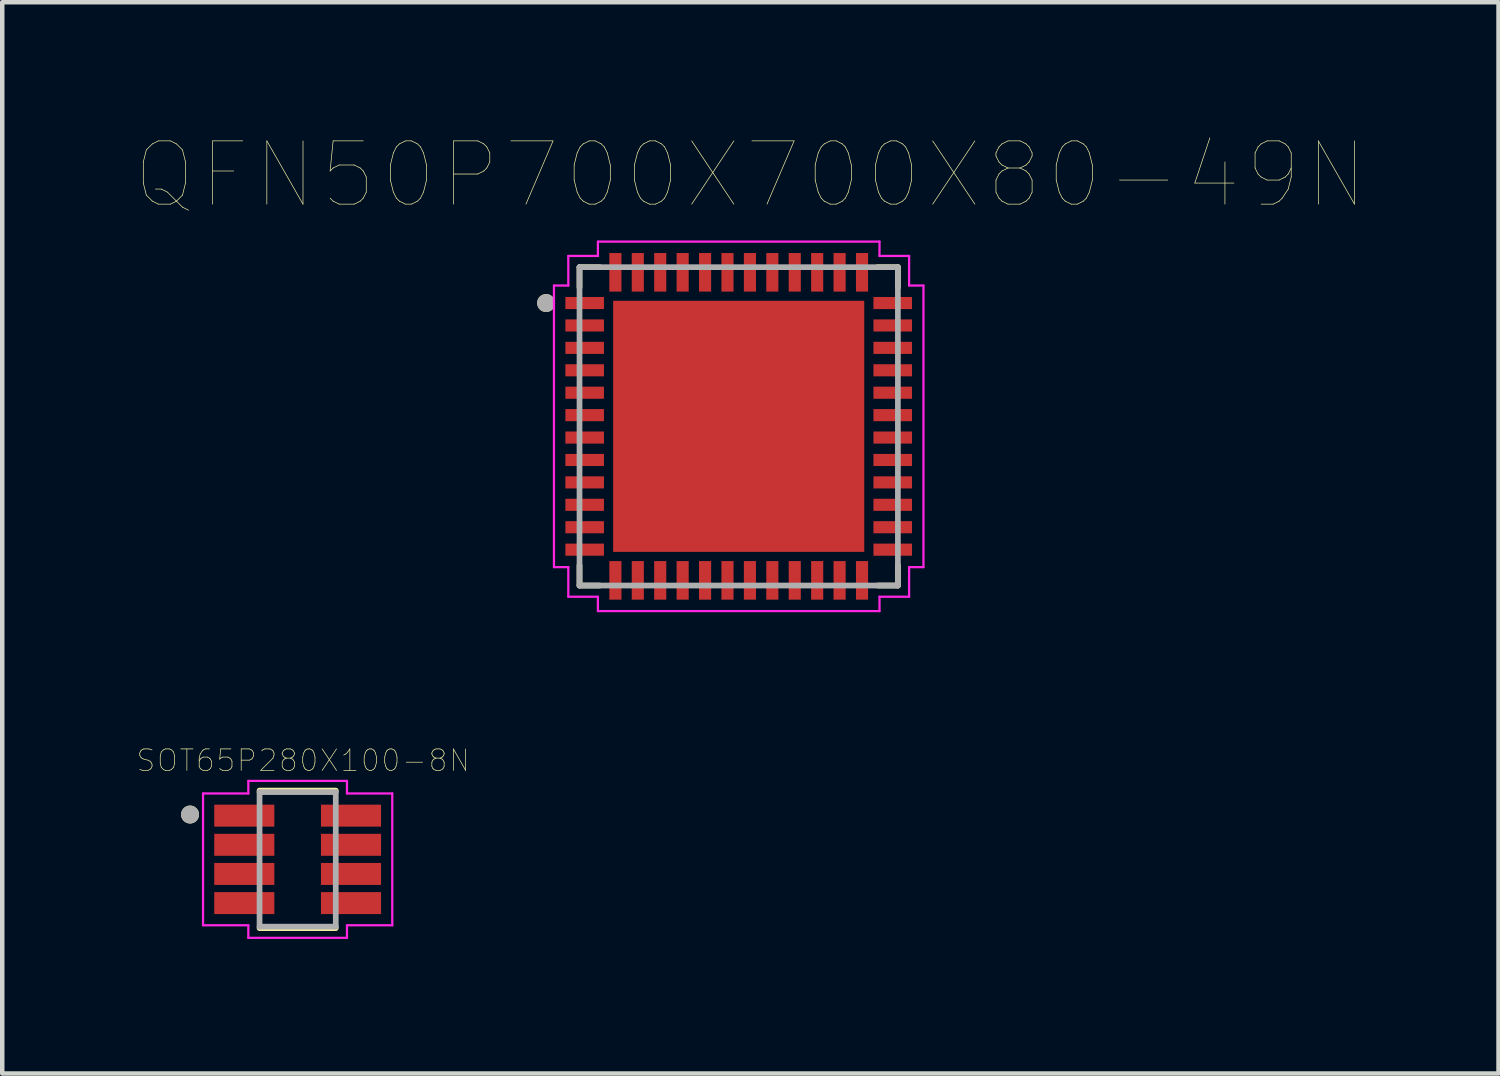
<source format=kicad_pcb>
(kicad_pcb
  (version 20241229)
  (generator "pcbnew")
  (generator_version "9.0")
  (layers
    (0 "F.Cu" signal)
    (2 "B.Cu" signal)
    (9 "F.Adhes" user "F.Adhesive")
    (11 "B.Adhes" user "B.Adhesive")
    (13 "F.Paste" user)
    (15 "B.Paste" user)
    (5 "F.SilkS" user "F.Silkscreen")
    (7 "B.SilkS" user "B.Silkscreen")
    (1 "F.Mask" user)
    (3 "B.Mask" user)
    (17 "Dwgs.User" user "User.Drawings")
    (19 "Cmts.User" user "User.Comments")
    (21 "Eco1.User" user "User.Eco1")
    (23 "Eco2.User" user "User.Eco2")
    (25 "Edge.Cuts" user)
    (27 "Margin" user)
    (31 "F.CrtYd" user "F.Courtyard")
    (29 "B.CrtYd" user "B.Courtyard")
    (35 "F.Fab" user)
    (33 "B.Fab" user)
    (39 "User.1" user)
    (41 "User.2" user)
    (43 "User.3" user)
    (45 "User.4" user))
  (footprint "SOT65P280X100-8N"
    (layer "F.Cu")
    (at 3.588 16.115)
    (property "Reference" "SOT65P280X100-8N" (at 0.124 -2.205 0) (layer "F.SilkS") (effects (font (size 0.48 0.48) (thickness 0.015))))
    (attr through_hole)
    (fp_line (start -0.85 -1.534) (end 0.85 -1.534) (stroke (width 0.127) (type solid)) (layer "F.SilkS"))
    (fp_line (start -0.85 1.534) (end 0.85 1.534) (stroke (width 0.127) (type solid)) (layer "F.SilkS"))
    (fp_circle (center -2.4 -1) (end -2.3 -1) (stroke (width 0.2) (type solid)) (fill no) (layer "F.SilkS"))
    (fp_line (start -2.11 -1.47) (end -1.1 -1.47) (stroke (width 0.05) (type solid)) (layer "F.CrtYd"))
    (fp_line (start -2.11 1.47) (end -2.11 -1.47) (stroke (width 0.05) (type solid)) (layer "F.CrtYd"))
    (fp_line (start -1.1 -1.75) (end 1.1 -1.75) (stroke (width 0.05) (type solid)) (layer "F.CrtYd"))
    (fp_line (start -1.1 -1.47) (end -1.1 -1.75) (stroke (width 0.05) (type solid)) (layer "F.CrtYd"))
    (fp_line (start -1.1 1.47) (end -2.11 1.47) (stroke (width 0.05) (type solid)) (layer "F.CrtYd"))
    (fp_line (start -1.1 1.75) (end -1.1 1.47) (stroke (width 0.05) (type solid)) (layer "F.CrtYd"))
    (fp_line (start 1.1 -1.75) (end 1.1 -1.47) (stroke (width 0.05) (type solid)) (layer "F.CrtYd"))
    (fp_line (start 1.1 -1.47) (end 2.11 -1.47) (stroke (width 0.05) (type solid)) (layer "F.CrtYd"))
    (fp_line (start 1.1 1.47) (end 1.1 1.75) (stroke (width 0.05) (type solid)) (layer "F.CrtYd"))
    (fp_line (start 1.1 1.75) (end -1.1 1.75) (stroke (width 0.05) (type solid)) (layer "F.CrtYd"))
    (fp_line (start 2.11 -1.47) (end 2.11 1.47) (stroke (width 0.05) (type solid)) (layer "F.CrtYd"))
    (fp_line (start 2.11 1.47) (end 1.1 1.47) (stroke (width 0.05) (type solid)) (layer "F.CrtYd"))
    (fp_line (start -0.85 -1.5) (end 0.85 -1.5) (stroke (width 0.127) (type solid)) (layer "F.Fab"))
    (fp_line (start -0.85 1.5) (end -0.85 -1.5) (stroke (width 0.127) (type solid)) (layer "F.Fab"))
    (fp_line (start 0.85 -1.5) (end 0.85 1.5) (stroke (width 0.127) (type solid)) (layer "F.Fab"))
    (fp_line (start 0.85 1.5) (end -0.85 1.5) (stroke (width 0.127) (type solid)) (layer "F.Fab"))
    (fp_circle (center -2.4 -1) (end -2.3 -1) (stroke (width 0.2) (type solid)) (fill no) (layer "F.Fab"))
    (pad "1" smd rect (at -1.19 -0.975) (size 1.34 0.49) (layers "F.Cu" "F.Mask" "F.Paste"))
    (pad "2" smd rect (at -1.19 -0.325) (size 1.34 0.49) (layers "F.Cu" "F.Mask" "F.Paste"))
    (pad "3" smd rect (at -1.19 0.325) (size 1.34 0.49) (layers "F.Cu" "F.Mask" "F.Paste"))
    (pad "4" smd rect (at -1.19 0.975) (size 1.34 0.49) (layers "F.Cu" "F.Mask" "F.Paste"))
    (pad "5" smd rect (at 1.19 0.975) (size 1.34 0.49) (layers "F.Cu" "F.Mask" "F.Paste"))
    (pad "6" smd rect (at 1.19 0.325) (size 1.34 0.49) (layers "F.Cu" "F.Mask" "F.Paste"))
    (pad "7" smd rect (at 1.19 -0.325) (size 1.34 0.49) (layers "F.Cu" "F.Mask" "F.Paste"))
    (pad "8" smd rect (at 1.19 -0.975) (size 1.34 0.49) (layers "F.Cu" "F.Mask" "F.Paste")))
  (footprint "QFN50P700X700X80-49N"
    (layer "F.Cu")
    (at 13.424 6.458)
    (property "Reference" "QFN50P700X700X80-49N" (at 0.261 -5.607 0) (layer "F.SilkS") (effects (font (size 1.411 1.411) (thickness 0.015))))
    (attr through_hole)
    (fp_line (start -3.55 -3.55) (end -3.55 -3.1) (stroke (width 0.127) (type solid)) (layer "F.SilkS"))
    (fp_line (start -3.55 3.55) (end -3.55 3.1) (stroke (width 0.127) (type solid)) (layer "F.SilkS"))
    (fp_line (start -3.1 -3.55) (end -3.55 -3.55) (stroke (width 0.127) (type solid)) (layer "F.SilkS"))
    (fp_line (start -3.1 3.55) (end -3.55 3.55) (stroke (width 0.127) (type solid)) (layer "F.SilkS"))
    (fp_line (start 3.1 -3.55) (end 3.55 -3.55) (stroke (width 0.127) (type solid)) (layer "F.SilkS"))
    (fp_line (start 3.1 3.55) (end 3.55 3.55) (stroke (width 0.127) (type solid)) (layer "F.SilkS"))
    (fp_line (start 3.55 -3.55) (end 3.55 -3.1) (stroke (width 0.127) (type solid)) (layer "F.SilkS"))
    (fp_line (start 3.55 3.55) (end 3.55 3.1) (stroke (width 0.127) (type solid)) (layer "F.SilkS"))
    (fp_circle (center -4.295 -2.75) (end -4.195 -2.75) (stroke (width 0.2) (type solid)) (fill no) (layer "F.SilkS"))
    (fp_poly (pts (xy -1.774 -1.771) (xy 1.771 -1.771) (xy 1.771 1.774) (xy -1.774 1.774)) (stroke (width 0.01) (type solid)) (fill yes) (layer "F.Paste"))
    (fp_line (start -4.12 -3.14) (end -3.8 -3.14) (stroke (width 0.05) (type solid)) (layer "F.CrtYd"))
    (fp_line (start -4.12 3.14) (end -4.12 -3.14) (stroke (width 0.05) (type solid)) (layer "F.CrtYd"))
    (fp_line (start -3.8 -3.8) (end -3.14 -3.8) (stroke (width 0.05) (type solid)) (layer "F.CrtYd"))
    (fp_line (start -3.8 -3.14) (end -3.8 -3.8) (stroke (width 0.05) (type solid)) (layer "F.CrtYd"))
    (fp_line (start -3.8 3.14) (end -4.12 3.14) (stroke (width 0.05) (type solid)) (layer "F.CrtYd"))
    (fp_line (start -3.8 3.8) (end -3.8 3.14) (stroke (width 0.05) (type solid)) (layer "F.CrtYd"))
    (fp_line (start -3.14 -4.12) (end 3.14 -4.12) (stroke (width 0.05) (type solid)) (layer "F.CrtYd"))
    (fp_line (start -3.14 -3.8) (end -3.14 -4.12) (stroke (width 0.05) (type solid)) (layer "F.CrtYd"))
    (fp_line (start -3.14 3.8) (end -3.8 3.8) (stroke (width 0.05) (type solid)) (layer "F.CrtYd"))
    (fp_line (start -3.14 4.12) (end -3.14 3.8) (stroke (width 0.05) (type solid)) (layer "F.CrtYd"))
    (fp_line (start 3.14 -4.12) (end 3.14 -3.8) (stroke (width 0.05) (type solid)) (layer "F.CrtYd"))
    (fp_line (start 3.14 -3.8) (end 3.8 -3.8) (stroke (width 0.05) (type solid)) (layer "F.CrtYd"))
    (fp_line (start 3.14 3.8) (end 3.14 4.12) (stroke (width 0.05) (type solid)) (layer "F.CrtYd"))
    (fp_line (start 3.14 4.12) (end -3.14 4.12) (stroke (width 0.05) (type solid)) (layer "F.CrtYd"))
    (fp_line (start 3.8 -3.8) (end 3.8 -3.14) (stroke (width 0.05) (type solid)) (layer "F.CrtYd"))
    (fp_line (start 3.8 -3.14) (end 4.12 -3.14) (stroke (width 0.05) (type solid)) (layer "F.CrtYd"))
    (fp_line (start 3.8 3.14) (end 3.8 3.8) (stroke (width 0.05) (type solid)) (layer "F.CrtYd"))
    (fp_line (start 3.8 3.8) (end 3.14 3.8) (stroke (width 0.05) (type solid)) (layer "F.CrtYd"))
    (fp_line (start 4.12 -3.14) (end 4.12 3.14) (stroke (width 0.05) (type solid)) (layer "F.CrtYd"))
    (fp_line (start 4.12 3.14) (end 3.8 3.14) (stroke (width 0.05) (type solid)) (layer "F.CrtYd"))
    (fp_line (start -3.55 3.55) (end -3.55 -3.55) (stroke (width 0.127) (type solid)) (layer "F.Fab"))
    (fp_line (start 3.55 -3.55) (end -3.55 -3.55) (stroke (width 0.127) (type solid)) (layer "F.Fab"))
    (fp_line (start 3.55 3.55) (end -3.55 3.55) (stroke (width 0.127) (type solid)) (layer "F.Fab"))
    (fp_line (start 3.55 3.55) (end 3.55 -3.55) (stroke (width 0.127) (type solid)) (layer "F.Fab"))
    (fp_circle (center -4.295 -2.75) (end -4.195 -2.75) (stroke (width 0.2) (type solid)) (fill no) (layer "F.Fab"))
    (pad "1" smd rect (at -3.435 -2.75) (size 0.86 0.27) (layers "F.Cu" "F.Mask" "F.Paste"))
    (pad "2" smd rect (at -3.435 -2.25) (size 0.86 0.27) (layers "F.Cu" "F.Mask" "F.Paste"))
    (pad "3" smd rect (at -3.435 -1.75) (size 0.86 0.27) (layers "F.Cu" "F.Mask" "F.Paste"))
    (pad "4" smd rect (at -3.435 -1.25) (size 0.86 0.27) (layers "F.Cu" "F.Mask" "F.Paste"))
    (pad "5" smd rect (at -3.435 -0.75) (size 0.86 0.27) (layers "F.Cu" "F.Mask" "F.Paste"))
    (pad "6" smd rect (at -3.435 -0.25) (size 0.86 0.27) (layers "F.Cu" "F.Mask" "F.Paste"))
    (pad "7" smd rect (at -3.435 0.25) (size 0.86 0.27) (layers "F.Cu" "F.Mask" "F.Paste"))
    (pad "8" smd rect (at -3.435 0.75) (size 0.86 0.27) (layers "F.Cu" "F.Mask" "F.Paste"))
    (pad "9" smd rect (at -3.435 1.25) (size 0.86 0.27) (layers "F.Cu" "F.Mask" "F.Paste"))
    (pad "10" smd rect (at -3.435 1.75) (size 0.86 0.27) (layers "F.Cu" "F.Mask" "F.Paste"))
    (pad "11" smd rect (at -3.435 2.25) (size 0.86 0.27) (layers "F.Cu" "F.Mask" "F.Paste"))
    (pad "12" smd rect (at -3.435 2.75) (size 0.86 0.27) (layers "F.Cu" "F.Mask" "F.Paste"))
    (pad "13" smd rect (at -2.75 3.435) (size 0.27 0.86) (layers "F.Cu" "F.Mask" "F.Paste"))
    (pad "14" smd rect (at -2.25 3.435) (size 0.27 0.86) (layers "F.Cu" "F.Mask" "F.Paste"))
    (pad "15" smd rect (at -1.75 3.435) (size 0.27 0.86) (layers "F.Cu" "F.Mask" "F.Paste"))
    (pad "16" smd rect (at -1.25 3.435) (size 0.27 0.86) (layers "F.Cu" "F.Mask" "F.Paste"))
    (pad "17" smd rect (at -0.75 3.435) (size 0.27 0.86) (layers "F.Cu" "F.Mask" "F.Paste"))
    (pad "18" smd rect (at -0.25 3.435) (size 0.27 0.86) (layers "F.Cu" "F.Mask" "F.Paste"))
    (pad "19" smd rect (at 0.25 3.435) (size 0.27 0.86) (layers "F.Cu" "F.Mask" "F.Paste"))
    (pad "20" smd rect (at 0.75 3.435) (size 0.27 0.86) (layers "F.Cu" "F.Mask" "F.Paste"))
    (pad "21" smd rect (at 1.25 3.435) (size 0.27 0.86) (layers "F.Cu" "F.Mask" "F.Paste"))
    (pad "22" smd rect (at 1.75 3.435) (size 0.27 0.86) (layers "F.Cu" "F.Mask" "F.Paste"))
    (pad "23" smd rect (at 2.25 3.435) (size 0.27 0.86) (layers "F.Cu" "F.Mask" "F.Paste"))
    (pad "24" smd rect (at 2.75 3.435) (size 0.27 0.86) (layers "F.Cu" "F.Mask" "F.Paste"))
    (pad "25" smd rect (at 3.435 2.75) (size 0.86 0.27) (layers "F.Cu" "F.Mask" "F.Paste"))
    (pad "26" smd rect (at 3.435 2.25) (size 0.86 0.27) (layers "F.Cu" "F.Mask" "F.Paste"))
    (pad "27" smd rect (at 3.435 1.75) (size 0.86 0.27) (layers "F.Cu" "F.Mask" "F.Paste"))
    (pad "28" smd rect (at 3.435 1.25) (size 0.86 0.27) (layers "F.Cu" "F.Mask" "F.Paste"))
    (pad "29" smd rect (at 3.435 0.75) (size 0.86 0.27) (layers "F.Cu" "F.Mask" "F.Paste"))
    (pad "30" smd rect (at 3.435 0.25) (size 0.86 0.27) (layers "F.Cu" "F.Mask" "F.Paste"))
    (pad "31" smd rect (at 3.435 -0.25) (size 0.86 0.27) (layers "F.Cu" "F.Mask" "F.Paste"))
    (pad "32" smd rect (at 3.435 -0.75) (size 0.86 0.27) (layers "F.Cu" "F.Mask" "F.Paste"))
    (pad "33" smd rect (at 3.435 -1.25) (size 0.86 0.27) (layers "F.Cu" "F.Mask" "F.Paste"))
    (pad "34" smd rect (at 3.435 -1.75) (size 0.86 0.27) (layers "F.Cu" "F.Mask" "F.Paste"))
    (pad "35" smd rect (at 3.435 -2.25) (size 0.86 0.27) (layers "F.Cu" "F.Mask" "F.Paste"))
    (pad "36" smd rect (at 3.435 -2.75) (size 0.86 0.27) (layers "F.Cu" "F.Mask" "F.Paste"))
    (pad "37" smd rect (at 2.75 -3.435) (size 0.27 0.86) (layers "F.Cu" "F.Mask" "F.Paste"))
    (pad "38" smd rect (at 2.25 -3.435) (size 0.27 0.86) (layers "F.Cu" "F.Mask" "F.Paste"))
    (pad "39" smd rect (at 1.75 -3.435) (size 0.27 0.86) (layers "F.Cu" "F.Mask" "F.Paste"))
    (pad "40" smd rect (at 1.25 -3.435) (size 0.27 0.86) (layers "F.Cu" "F.Mask" "F.Paste"))
    (pad "41" smd rect (at 0.75 -3.435) (size 0.27 0.86) (layers "F.Cu" "F.Mask" "F.Paste"))
    (pad "42" smd rect (at 0.25 -3.435) (size 0.27 0.86) (layers "F.Cu" "F.Mask" "F.Paste"))
    (pad "43" smd rect (at -0.25 -3.435) (size 0.27 0.86) (layers "F.Cu" "F.Mask" "F.Paste"))
    (pad "44" smd rect (at -0.75 -3.435) (size 0.27 0.86) (layers "F.Cu" "F.Mask" "F.Paste"))
    (pad "45" smd rect (at -1.25 -3.435) (size 0.27 0.86) (layers "F.Cu" "F.Mask" "F.Paste"))
    (pad "46" smd rect (at -1.75 -3.435) (size 0.27 0.86) (layers "F.Cu" "F.Mask" "F.Paste"))
    (pad "47" smd rect (at -2.25 -3.435) (size 0.27 0.86) (layers "F.Cu" "F.Mask" "F.Paste"))
    (pad "48" smd rect (at -2.75 -3.435) (size 0.27 0.86) (layers "F.Cu" "F.Mask" "F.Paste"))
    (pad "49" smd rect (at 0 0) (size 5.6 5.6) (layers "F.Cu" "F.Mask")))
  (gr_rect
    (start -3 -3)
    (end 30.369 20.89)
    (stroke (width 0.1) (type default))
    (fill no)
    (layer "Edge.Cuts")))
</source>
